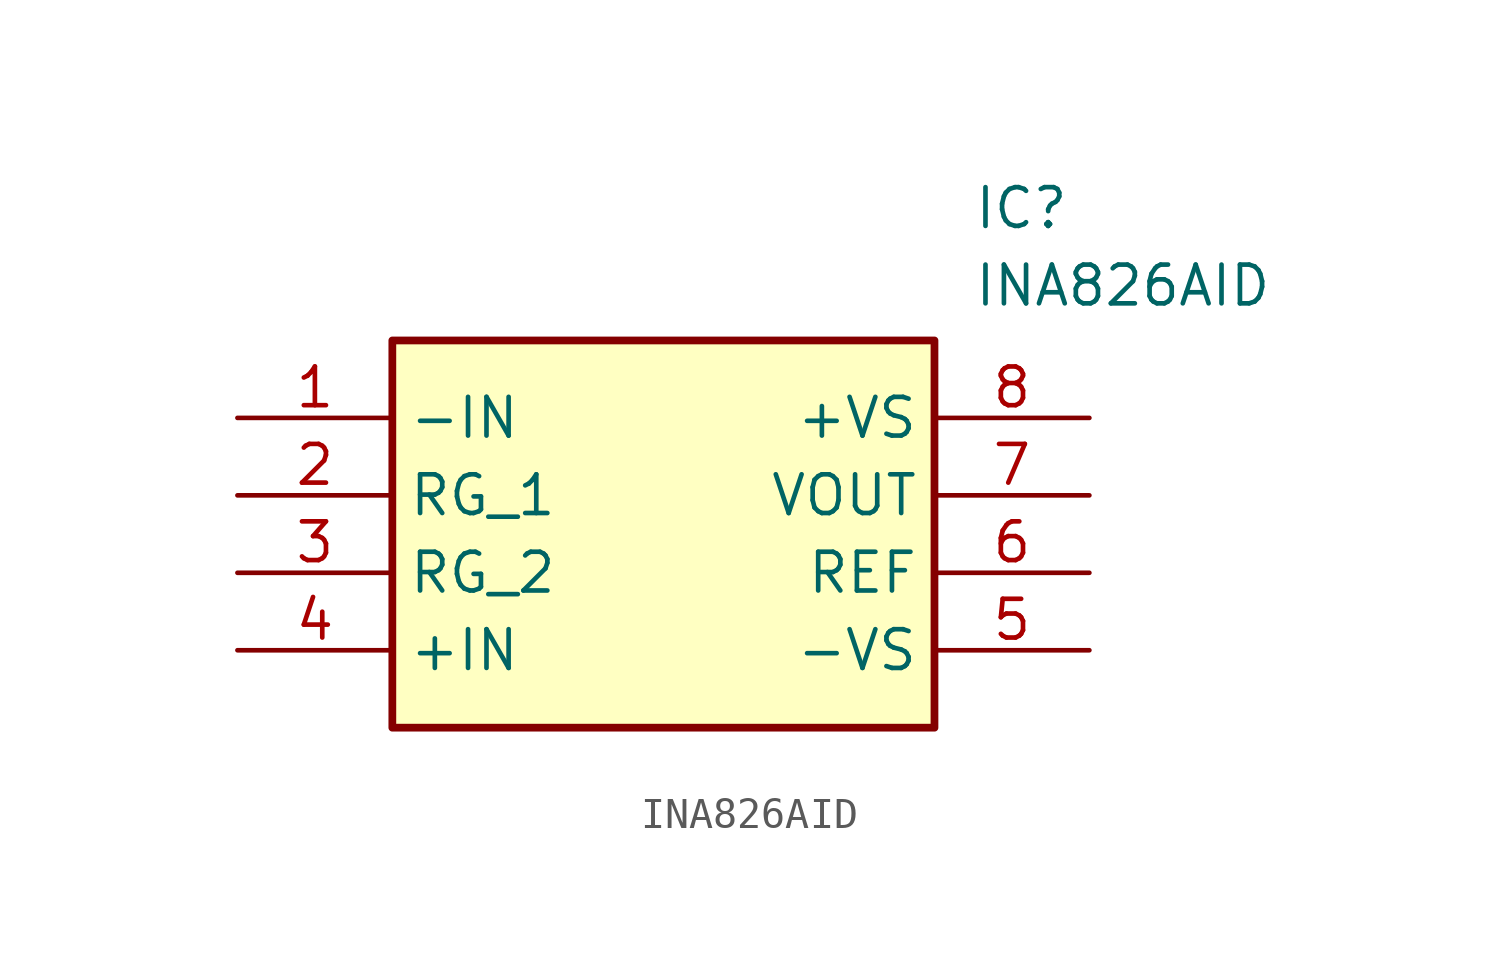
<source format=kicad_sym>
(kicad_symbol_lib
  (version 20211014)
  (generator SamacSys_ECAD_Model)
  (symbol "INA826AID"
    (property "Reference" "IC"
      (at 24.13 7.62 0)
      (effects (font (size 1.27 1.27)) (justify left top)))
    (property "Value" "INA826AID"
      (at 24.13 5.08 0)
      (effects (font (size 1.27 1.27)) (justify left top)))
    (rectangle
      (start 5.08 2.54)
      (end 22.86 -10.16)
      (stroke (width 0.254) (type default))
      (fill (type background)))
    (pin passive line
      (at 0 0 0)
      (length 5.08)
      (name "-IN" (effects (font (size 1.27 1.27))))
      (number "1" (effects (font (size 1.27 1.27)))))
    (pin passive line
      (at 0 -2.54 0)
      (length 5.08)
      (name "RG_1" (effects (font (size 1.27 1.27))))
      (number "2" (effects (font (size 1.27 1.27)))))
    (pin passive line
      (at 0 -5.08 0)
      (length 5.08)
      (name "RG_2" (effects (font (size 1.27 1.27))))
      (number "3" (effects (font (size 1.27 1.27)))))
    (pin passive line
      (at 0 -7.62 0)
      (length 5.08)
      (name "+IN" (effects (font (size 1.27 1.27))))
      (number "4" (effects (font (size 1.27 1.27)))))
    (pin passive line
      (at 27.94 0 180)
      (length 5.08)
      (name "+VS" (effects (font (size 1.27 1.27))))
      (number "8" (effects (font (size 1.27 1.27)))))
    (pin passive line
      (at 27.94 -2.54 180)
      (length 5.08)
      (name "VOUT" (effects (font (size 1.27 1.27))))
      (number "7" (effects (font (size 1.27 1.27)))))
    (pin passive line
      (at 27.94 -5.08 180)
      (length 5.08)
      (name "REF" (effects (font (size 1.27 1.27))))
      (number "6" (effects (font (size 1.27 1.27)))))
    (pin passive line
      (at 27.94 -7.62 180)
      (length 5.08)
      (name "-VS" (effects (font (size 1.27 1.27))))
      (number "5" (effects (font (size 1.27 1.27)))))))
</source>
